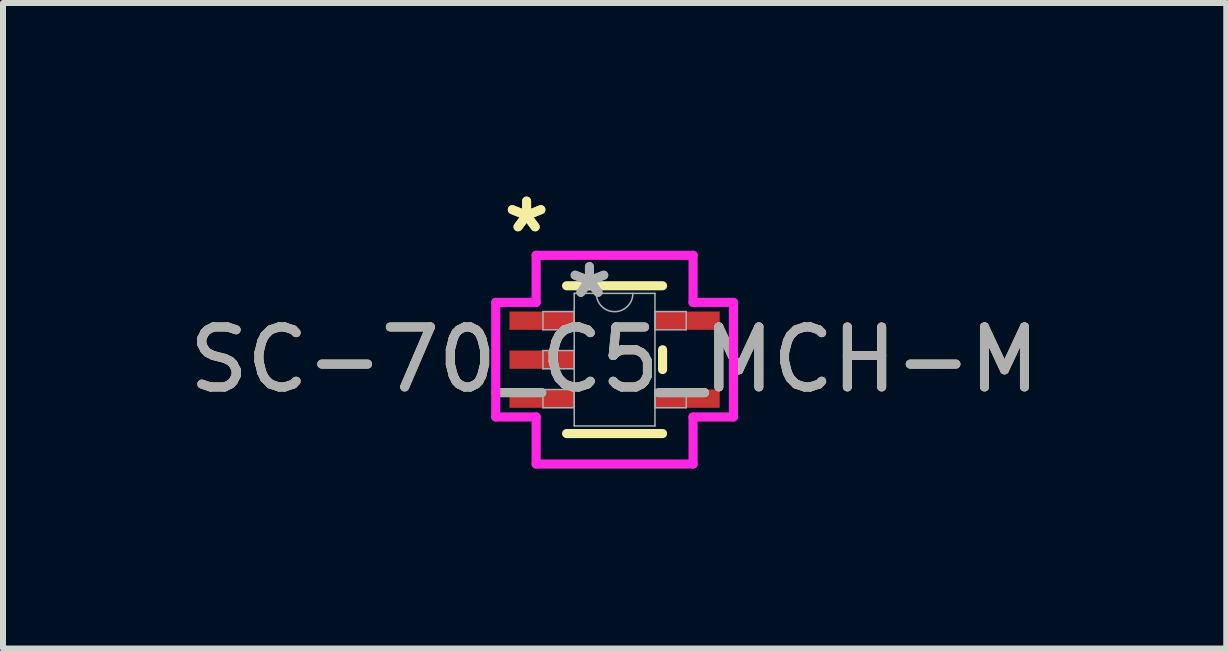
<source format=kicad_pcb>
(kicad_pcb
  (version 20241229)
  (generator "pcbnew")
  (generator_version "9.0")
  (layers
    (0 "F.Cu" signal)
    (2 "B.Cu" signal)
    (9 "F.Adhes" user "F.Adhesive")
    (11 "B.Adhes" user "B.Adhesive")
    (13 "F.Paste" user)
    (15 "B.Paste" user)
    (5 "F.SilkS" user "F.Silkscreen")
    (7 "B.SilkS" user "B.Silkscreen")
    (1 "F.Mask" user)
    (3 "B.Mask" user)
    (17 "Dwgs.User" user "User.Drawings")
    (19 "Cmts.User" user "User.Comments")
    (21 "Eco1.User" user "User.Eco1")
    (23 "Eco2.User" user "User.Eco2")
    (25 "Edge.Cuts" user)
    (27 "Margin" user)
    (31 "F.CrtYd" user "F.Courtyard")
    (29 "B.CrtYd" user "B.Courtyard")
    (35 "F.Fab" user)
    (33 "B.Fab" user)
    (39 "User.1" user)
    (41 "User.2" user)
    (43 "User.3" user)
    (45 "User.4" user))
  (footprint "SC-70_C5_MCH-M"
    (layer "F.Cu")
    (at 7.196 2.946)
    (property "Reference" "SC-70_C5_MCH-M" (at 0 0 0) (unlocked yes) (layer "F.SilkS") (effects (font (size 1 1) (thickness 0.15))))
    (attr smd)
    (fp_line (start -0.8 1.232) (end 0.8 1.232) (stroke (width 0.152) (type solid)) (layer "F.SilkS"))
    (fp_line (start 0.8 -1.232) (end -0.8 -1.232) (stroke (width 0.152) (type solid)) (layer "F.SilkS"))
    (fp_line (start 0.8 0.165) (end 0.8 -0.165) (stroke (width 0.152) (type solid)) (layer "F.SilkS"))
    (fp_line (start -1.981 -0.955) (end -1.308 -0.955) (stroke (width 0.152) (type solid)) (layer "F.CrtYd"))
    (fp_line (start -1.981 0.955) (end -1.981 -0.955) (stroke (width 0.152) (type solid)) (layer "F.CrtYd"))
    (fp_line (start -1.308 -1.74) (end 1.308 -1.74) (stroke (width 0.152) (type solid)) (layer "F.CrtYd"))
    (fp_line (start -1.308 -0.955) (end -1.308 -1.74) (stroke (width 0.152) (type solid)) (layer "F.CrtYd"))
    (fp_line (start -1.308 0.955) (end -1.981 0.955) (stroke (width 0.152) (type solid)) (layer "F.CrtYd"))
    (fp_line (start -1.308 1.74) (end -1.308 0.955) (stroke (width 0.152) (type solid)) (layer "F.CrtYd"))
    (fp_line (start 1.308 -1.74) (end 1.308 -0.955) (stroke (width 0.152) (type solid)) (layer "F.CrtYd"))
    (fp_line (start 1.308 -0.955) (end 1.981 -0.955) (stroke (width 0.152) (type solid)) (layer "F.CrtYd"))
    (fp_line (start 1.308 0.955) (end 1.308 1.74) (stroke (width 0.152) (type solid)) (layer "F.CrtYd"))
    (fp_line (start 1.308 1.74) (end -1.308 1.74) (stroke (width 0.152) (type solid)) (layer "F.CrtYd"))
    (fp_line (start 1.981 -0.955) (end 1.981 0.955) (stroke (width 0.152) (type solid)) (layer "F.CrtYd"))
    (fp_line (start 1.981 0.955) (end 1.308 0.955) (stroke (width 0.152) (type solid)) (layer "F.CrtYd"))
    (fp_line (start -1.194 -0.802) (end -1.194 -0.498) (stroke (width 0.025) (type solid)) (layer "F.Fab"))
    (fp_line (start -1.194 -0.498) (end -0.673 -0.498) (stroke (width 0.025) (type solid)) (layer "F.Fab"))
    (fp_line (start -1.194 -0.152) (end -1.194 0.152) (stroke (width 0.025) (type solid)) (layer "F.Fab"))
    (fp_line (start -1.194 0.152) (end -0.673 0.152) (stroke (width 0.025) (type solid)) (layer "F.Fab"))
    (fp_line (start -1.194 0.498) (end -1.194 0.802) (stroke (width 0.025) (type solid)) (layer "F.Fab"))
    (fp_line (start -1.194 0.802) (end -0.673 0.802) (stroke (width 0.025) (type solid)) (layer "F.Fab"))
    (fp_line (start -0.673 -1.105) (end -0.673 1.105) (stroke (width 0.025) (type solid)) (layer "F.Fab"))
    (fp_line (start -0.673 -0.802) (end -1.194 -0.802) (stroke (width 0.025) (type solid)) (layer "F.Fab"))
    (fp_line (start -0.673 -0.498) (end -0.673 -0.802) (stroke (width 0.025) (type solid)) (layer "F.Fab"))
    (fp_line (start -0.673 -0.152) (end -1.194 -0.152) (stroke (width 0.025) (type solid)) (layer "F.Fab"))
    (fp_line (start -0.673 0.152) (end -0.673 -0.152) (stroke (width 0.025) (type solid)) (layer "F.Fab"))
    (fp_line (start -0.673 0.498) (end -1.194 0.498) (stroke (width 0.025) (type solid)) (layer "F.Fab"))
    (fp_line (start -0.673 0.802) (end -0.673 0.498) (stroke (width 0.025) (type solid)) (layer "F.Fab"))
    (fp_line (start -0.673 1.105) (end 0.673 1.105) (stroke (width 0.025) (type solid)) (layer "F.Fab"))
    (fp_line (start 0.673 -1.105) (end -0.673 -1.105) (stroke (width 0.025) (type solid)) (layer "F.Fab"))
    (fp_line (start 0.673 -0.802) (end 0.673 -0.498) (stroke (width 0.025) (type solid)) (layer "F.Fab"))
    (fp_line (start 0.673 -0.498) (end 1.194 -0.498) (stroke (width 0.025) (type solid)) (layer "F.Fab"))
    (fp_line (start 0.673 0.498) (end 0.673 0.802) (stroke (width 0.025) (type solid)) (layer "F.Fab"))
    (fp_line (start 0.673 0.802) (end 1.194 0.802) (stroke (width 0.025) (type solid)) (layer "F.Fab"))
    (fp_line (start 0.673 1.105) (end 0.673 -1.105) (stroke (width 0.025) (type solid)) (layer "F.Fab"))
    (fp_line (start 1.194 -0.802) (end 0.673 -0.802) (stroke (width 0.025) (type solid)) (layer "F.Fab"))
    (fp_line (start 1.194 -0.498) (end 1.194 -0.802) (stroke (width 0.025) (type solid)) (layer "F.Fab"))
    (fp_line (start 1.194 0.498) (end 0.673 0.498) (stroke (width 0.025) (type solid)) (layer "F.Fab"))
    (fp_line (start 1.194 0.802) (end 1.194 0.498) (stroke (width 0.025) (type solid)) (layer "F.Fab"))
    (fp_arc (start 0.3048 -1.1049) (mid 0 -0.8001) (end -0.3048 -1.1049) (stroke (width 0.0254) (type solid)) (layer "F.Fab"))
    (fp_text user "*" (at -1.467 -2.098 0) (unlocked yes) (layer "F.SilkS") (effects (font (size 1 1) (thickness 0.15))))
    (fp_text user "*" (at -1.467 -2.098 0) (layer "F.SilkS") (effects (font (size 1 1) (thickness 0.15))))
    (fp_text user "${REFERENCE}" (at 0 0 0) (unlocked yes) (layer "F.Fab") (effects (font (size 1 1) (thickness 0.15))))
    (fp_text user "*" (at -0.419 -1.006 0) (layer "F.Fab") (effects (font (size 1 1) (thickness 0.15))))
    (fp_text user "*" (at -0.419 -1.006 0) (unlocked yes) (layer "F.Fab") (effects (font (size 1 1) (thickness 0.15))))
    (pad "1" smd rect (at -1.213 -0.65) (size 1.079 0.305) (layers "F.Cu" "F.Mask" "F.Paste"))
    (pad "2" smd rect (at -1.213 0) (size 1.079 0.305) (layers "F.Cu" "F.Mask" "F.Paste"))
    (pad "3" smd rect (at -1.213 0.65) (size 1.079 0.305) (layers "F.Cu" "F.Mask" "F.Paste"))
    (pad "4" smd rect (at 1.213 0.65) (size 1.079 0.305) (layers "F.Cu" "F.Mask" "F.Paste"))
    (pad "5" smd rect (at 1.213 -0.65) (size 1.079 0.305) (layers "F.Cu" "F.Mask" "F.Paste")))
  (gr_rect
    (start -3 -3)
    (end 17.393 7.762)
    (stroke (width 0.1) (type default))
    (fill no)
    (layer "Edge.Cuts")))
</source>
